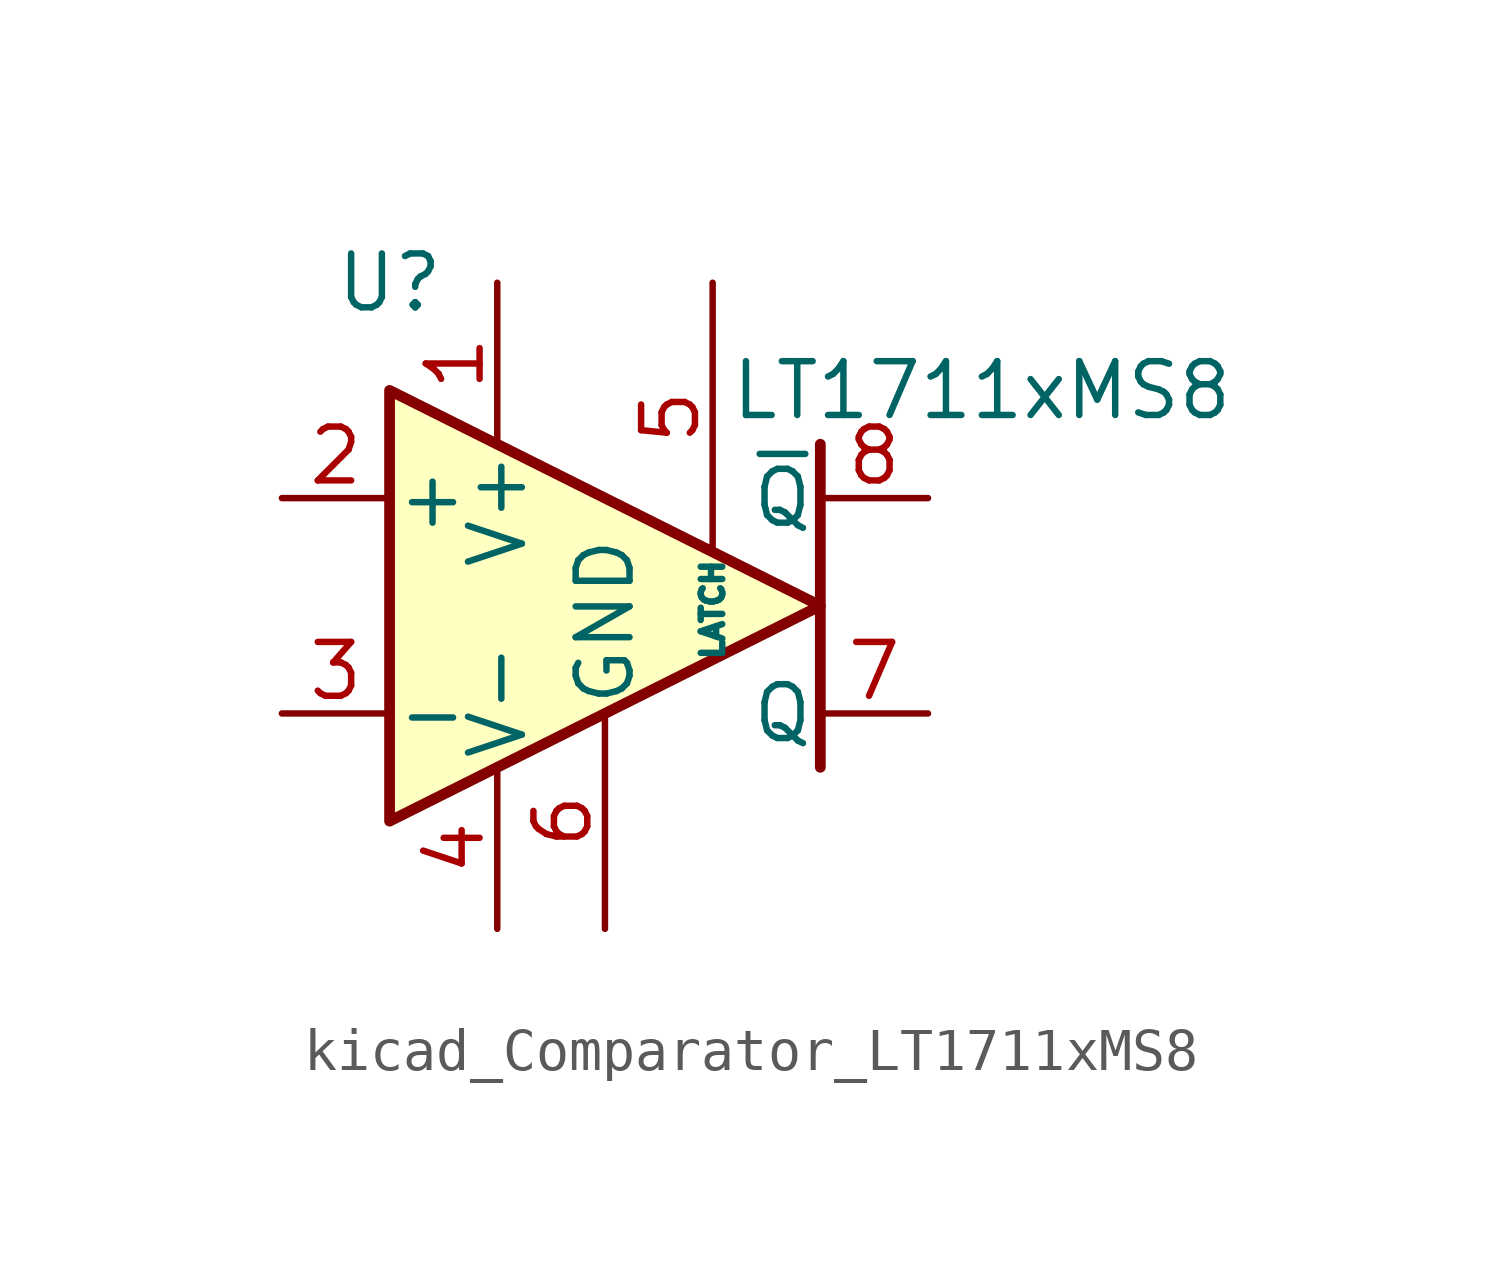
<source format=kicad_sym>
(kicad_symbol_lib
  (version 20220914)
  (generator kicad_symbol_editor)
  (symbol "kicad_Comparator_LT1711xMS8"
    (pin_names
      (offset 0.127))
    (property "Reference" "U"
      (at -5.08 7.62 0)
      (effects (font (size 1.27 1.27))))
    (property "Value" "LT1711xMS8"
      (at 8.89 5.08 0)
      (effects (font (size 1.27 1.27))))
    (symbol "kicad_Comparator_LT1711xMS8_0_1"
      (polyline (pts (xy 5.08 3.81) (xy 5.08 -3.81)) (stroke (width 0.254) (type default)) (fill (type none)))
      (polyline (pts (xy -5.08 5.08) (xy 5.08 0) (xy -5.08 -5.08) (xy -5.08 5.08)) (stroke (width 0.254) (type default)) (fill (type background))))
    (symbol "kicad_Comparator_LT1711xMS8_1_1"
      (pin power_in line (at -2.54 7.62 270) (length 3.81) (name "V+" (effects (font (size 1.27 1.27)))) (number "1" (effects (font (size 1.27 1.27)))))
      (pin input line (at -7.62 2.54 0) (length 2.54) (name "+" (effects (font (size 1.27 1.27)))) (number "2" (effects (font (size 1.27 1.27)))))
      (pin input line (at -7.62 -2.54 0) (length 2.54) (name "-" (effects (font (size 1.27 1.27)))) (number "3" (effects (font (size 1.27 1.27)))))
      (pin power_in line (at -2.54 -7.62 90) (length 3.81) (name "V-" (effects (font (size 1.27 1.27)))) (number "4" (effects (font (size 1.27 1.27)))))
      (pin input line (at 2.54 7.62 270) (length 6.35) (name "LATCH" (effects (font (size 0.508 0.508)))) (number "5" (effects (font (size 1.27 1.27)))))
      (pin power_in line (at 0 -7.62 90) (length 5.08) (name "GND" (effects (font (size 1.27 1.27)))) (number "6" (effects (font (size 1.27 1.27)))))
      (pin output line (at 7.62 -2.54 180) (length 2.54) (name "Q" (effects (font (size 1.27 1.27)))) (number "7" (effects (font (size 1.27 1.27)))))
      (pin output line (at 7.62 2.54 180) (length 2.54) (name "~{Q}" (effects (font (size 1.27 1.27)))) (number "8" (effects (font (size 1.27 1.27))))))))
</source>
